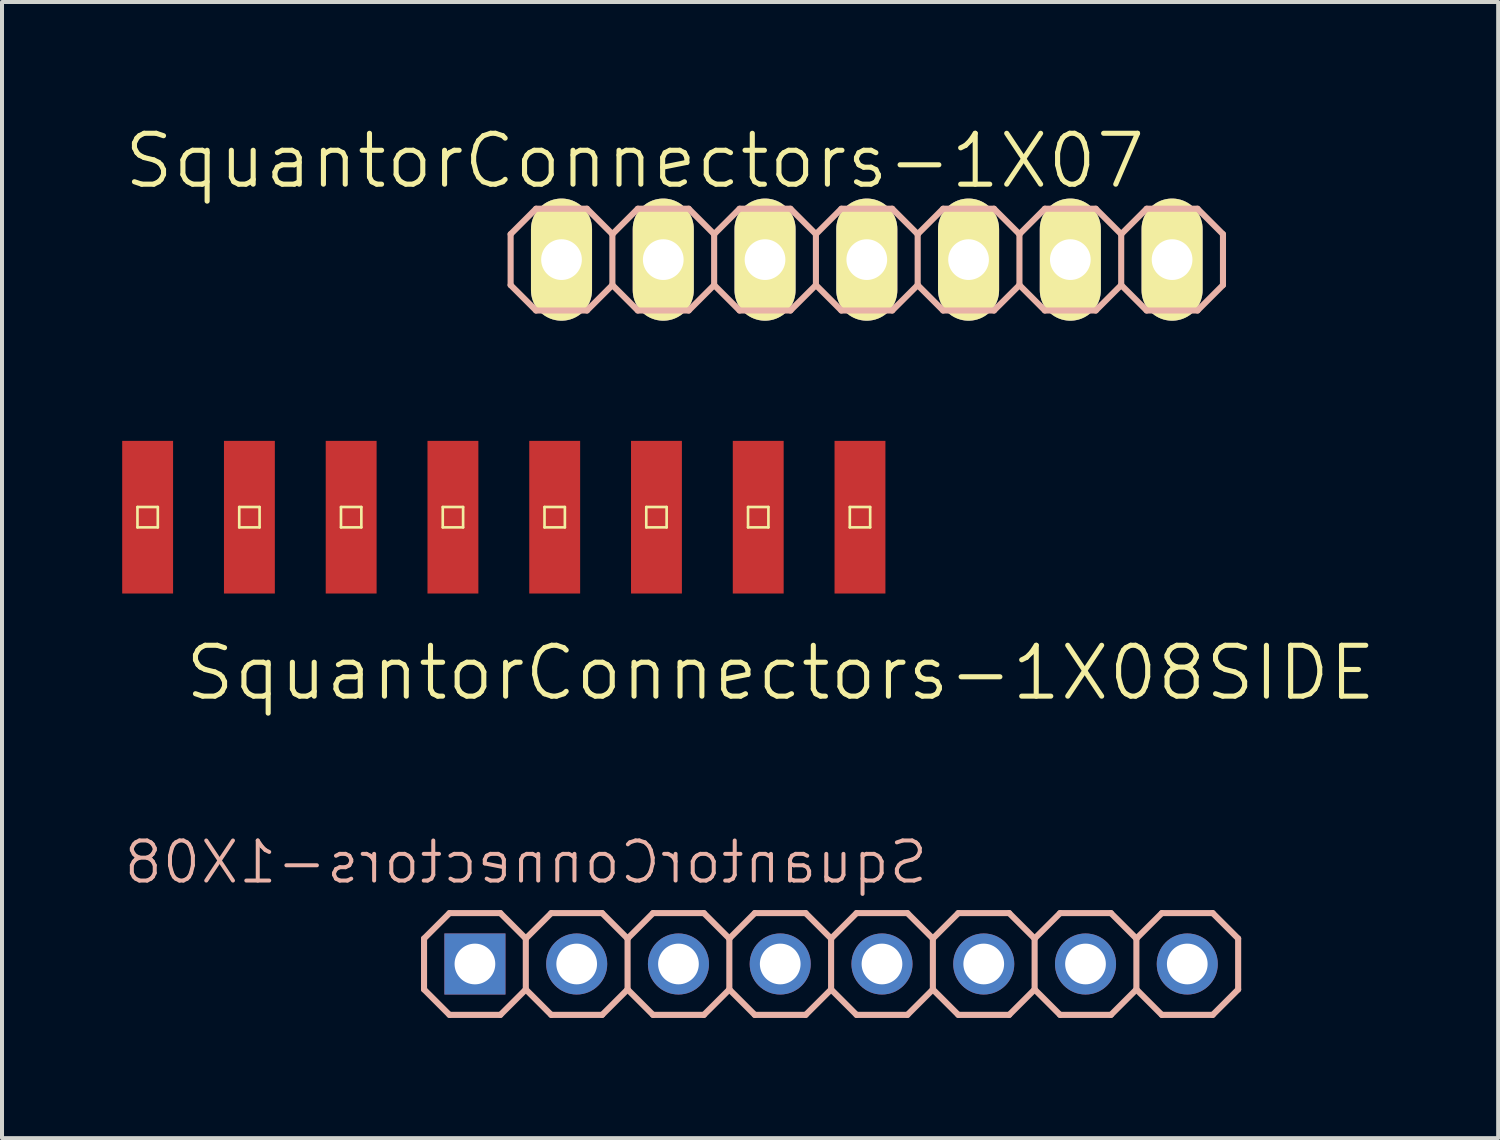
<source format=kicad_pcb>
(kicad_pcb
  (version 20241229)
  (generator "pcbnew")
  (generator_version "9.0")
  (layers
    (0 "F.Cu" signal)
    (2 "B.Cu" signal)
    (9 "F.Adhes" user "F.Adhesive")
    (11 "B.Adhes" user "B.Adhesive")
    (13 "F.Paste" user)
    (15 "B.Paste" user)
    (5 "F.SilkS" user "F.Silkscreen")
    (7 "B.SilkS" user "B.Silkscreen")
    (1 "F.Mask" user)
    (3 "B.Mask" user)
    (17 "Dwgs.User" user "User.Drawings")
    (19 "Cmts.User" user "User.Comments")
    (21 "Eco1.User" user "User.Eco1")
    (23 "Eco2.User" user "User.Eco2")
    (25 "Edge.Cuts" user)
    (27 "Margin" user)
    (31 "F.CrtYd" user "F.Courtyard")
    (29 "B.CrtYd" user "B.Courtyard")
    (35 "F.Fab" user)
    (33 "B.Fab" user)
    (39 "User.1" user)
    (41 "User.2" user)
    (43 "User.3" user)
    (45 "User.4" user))
  (footprint "SquantorConnectors-1X08"
    (layer "F.Cu")
    (at 17.694 21.011)
    (property "Reference" "SquantorConnectors-1X08" (at -7.62 -2.54 0) (layer "B.SilkS") (effects (font (size 1 1) (thickness 0.1)) (justify mirror)))
    (attr exclude_from_pos_files exclude_from_bom)
    (fp_line (start -10.16 -0.635) (end -10.16 0.635) (stroke (width 0.152) (type solid)) (layer "B.SilkS"))
    (fp_line (start -10.16 0.635) (end -9.525 1.27) (stroke (width 0.152) (type solid)) (layer "B.SilkS"))
    (fp_line (start -9.525 -1.27) (end -10.16 -0.635) (stroke (width 0.152) (type solid)) (layer "B.SilkS"))
    (fp_line (start -9.525 -1.27) (end -8.255 -1.27) (stroke (width 0.152) (type solid)) (layer "B.SilkS"))
    (fp_line (start -8.255 -1.27) (end -7.62 -0.635) (stroke (width 0.152) (type solid)) (layer "B.SilkS"))
    (fp_line (start -8.255 1.27) (end -9.525 1.27) (stroke (width 0.152) (type solid)) (layer "B.SilkS"))
    (fp_line (start -7.62 -0.635) (end -7.62 0.635) (stroke (width 0.152) (type solid)) (layer "B.SilkS"))
    (fp_line (start -7.62 -0.635) (end -6.985 -1.27) (stroke (width 0.152) (type solid)) (layer "B.SilkS"))
    (fp_line (start -7.62 0.635) (end -8.255 1.27) (stroke (width 0.152) (type solid)) (layer "B.SilkS"))
    (fp_line (start -6.985 -1.27) (end -5.715 -1.27) (stroke (width 0.152) (type solid)) (layer "B.SilkS"))
    (fp_line (start -6.985 1.27) (end -7.62 0.635) (stroke (width 0.152) (type solid)) (layer "B.SilkS"))
    (fp_line (start -5.715 -1.27) (end -5.08 -0.635) (stroke (width 0.152) (type solid)) (layer "B.SilkS"))
    (fp_line (start -5.715 1.27) (end -6.985 1.27) (stroke (width 0.152) (type solid)) (layer "B.SilkS"))
    (fp_line (start -5.08 -0.635) (end -5.08 0.635) (stroke (width 0.152) (type solid)) (layer "B.SilkS"))
    (fp_line (start -5.08 -0.635) (end -4.445 -1.27) (stroke (width 0.152) (type solid)) (layer "B.SilkS"))
    (fp_line (start -5.08 0.635) (end -5.715 1.27) (stroke (width 0.152) (type solid)) (layer "B.SilkS"))
    (fp_line (start -4.445 -1.27) (end -3.175 -1.27) (stroke (width 0.152) (type solid)) (layer "B.SilkS"))
    (fp_line (start -4.445 1.27) (end -5.08 0.635) (stroke (width 0.152) (type solid)) (layer "B.SilkS"))
    (fp_line (start -3.175 -1.27) (end -2.54 -0.635) (stroke (width 0.152) (type solid)) (layer "B.SilkS"))
    (fp_line (start -3.175 1.27) (end -4.445 1.27) (stroke (width 0.152) (type solid)) (layer "B.SilkS"))
    (fp_line (start -2.54 -0.635) (end -2.54 0.635) (stroke (width 0.152) (type solid)) (layer "B.SilkS"))
    (fp_line (start -2.54 0.635) (end -3.175 1.27) (stroke (width 0.152) (type solid)) (layer "B.SilkS"))
    (fp_line (start -2.54 0.635) (end -1.905 1.27) (stroke (width 0.152) (type solid)) (layer "B.SilkS"))
    (fp_line (start -1.905 -1.27) (end -2.54 -0.635) (stroke (width 0.152) (type solid)) (layer "B.SilkS"))
    (fp_line (start -1.905 -1.27) (end -0.635 -1.27) (stroke (width 0.152) (type solid)) (layer "B.SilkS"))
    (fp_line (start -0.635 -1.27) (end 0 -0.635) (stroke (width 0.152) (type solid)) (layer "B.SilkS"))
    (fp_line (start -0.635 1.27) (end -1.905 1.27) (stroke (width 0.152) (type solid)) (layer "B.SilkS"))
    (fp_line (start 0 -0.635) (end 0 0.635) (stroke (width 0.152) (type solid)) (layer "B.SilkS"))
    (fp_line (start 0 -0.635) (end 0.635 -1.27) (stroke (width 0.152) (type solid)) (layer "B.SilkS"))
    (fp_line (start 0 0.635) (end -0.635 1.27) (stroke (width 0.152) (type solid)) (layer "B.SilkS"))
    (fp_line (start 0.635 -1.27) (end 1.905 -1.27) (stroke (width 0.152) (type solid)) (layer "B.SilkS"))
    (fp_line (start 0.635 1.27) (end 0 0.635) (stroke (width 0.152) (type solid)) (layer "B.SilkS"))
    (fp_line (start 1.905 -1.27) (end 2.54 -0.635) (stroke (width 0.152) (type solid)) (layer "B.SilkS"))
    (fp_line (start 1.905 1.27) (end 0.635 1.27) (stroke (width 0.152) (type solid)) (layer "B.SilkS"))
    (fp_line (start 2.54 -0.635) (end 2.54 0.635) (stroke (width 0.152) (type solid)) (layer "B.SilkS"))
    (fp_line (start 2.54 -0.635) (end 3.175 -1.27) (stroke (width 0.152) (type solid)) (layer "B.SilkS"))
    (fp_line (start 2.54 0.635) (end 1.905 1.27) (stroke (width 0.152) (type solid)) (layer "B.SilkS"))
    (fp_line (start 3.175 -1.27) (end 4.445 -1.27) (stroke (width 0.152) (type solid)) (layer "B.SilkS"))
    (fp_line (start 3.175 1.27) (end 2.54 0.635) (stroke (width 0.152) (type solid)) (layer "B.SilkS"))
    (fp_line (start 4.445 -1.27) (end 5.08 -0.635) (stroke (width 0.152) (type solid)) (layer "B.SilkS"))
    (fp_line (start 4.445 1.27) (end 3.175 1.27) (stroke (width 0.152) (type solid)) (layer "B.SilkS"))
    (fp_line (start 5.08 -0.635) (end 5.08 0.635) (stroke (width 0.152) (type solid)) (layer "B.SilkS"))
    (fp_line (start 5.08 0.635) (end 4.445 1.27) (stroke (width 0.152) (type solid)) (layer "B.SilkS"))
    (fp_line (start 5.08 0.635) (end 5.715 1.27) (stroke (width 0.152) (type solid)) (layer "B.SilkS"))
    (fp_line (start 5.715 -1.27) (end 5.08 -0.635) (stroke (width 0.152) (type solid)) (layer "B.SilkS"))
    (fp_line (start 5.715 -1.27) (end 6.985 -1.27) (stroke (width 0.152) (type solid)) (layer "B.SilkS"))
    (fp_line (start 6.985 -1.27) (end 7.62 -0.635) (stroke (width 0.152) (type solid)) (layer "B.SilkS"))
    (fp_line (start 6.985 1.27) (end 5.715 1.27) (stroke (width 0.152) (type solid)) (layer "B.SilkS"))
    (fp_line (start 7.62 -0.635) (end 7.62 0.635) (stroke (width 0.152) (type solid)) (layer "B.SilkS"))
    (fp_line (start 7.62 0.635) (end 6.985 1.27) (stroke (width 0.152) (type solid)) (layer "B.SilkS"))
    (fp_line (start 7.62 0.635) (end 8.255 1.27) (stroke (width 0.152) (type solid)) (layer "B.SilkS"))
    (fp_line (start 8.255 -1.27) (end 7.62 -0.635) (stroke (width 0.152) (type solid)) (layer "B.SilkS"))
    (fp_line (start 8.255 -1.27) (end 9.525 -1.27) (stroke (width 0.152) (type solid)) (layer "B.SilkS"))
    (fp_line (start 9.525 -1.27) (end 10.16 -0.635) (stroke (width 0.152) (type solid)) (layer "B.SilkS"))
    (fp_line (start 9.525 1.27) (end 8.255 1.27) (stroke (width 0.152) (type solid)) (layer "B.SilkS"))
    (fp_line (start 10.16 -0.635) (end 10.16 0.635) (stroke (width 0.152) (type solid)) (layer "B.SilkS"))
    (fp_line (start 10.16 0.635) (end 9.525 1.27) (stroke (width 0.152) (type solid)) (layer "B.SilkS"))
    (pad "1" thru_hole rect (at -8.89 0 180) (size 1.524 1.524) (drill 1.016) (layers "*.Cu" "*.Mask"))
    (pad "2" thru_hole circle (at -6.35 0 180) (size 1.524 1.524) (drill 1.016) (layers "*.Cu" "*.Mask"))
    (pad "3" thru_hole circle (at -3.81 0 180) (size 1.524 1.524) (drill 1.016) (layers "*.Cu" "*.Mask"))
    (pad "4" thru_hole circle (at -1.27 0 180) (size 1.524 1.524) (drill 1.016) (layers "*.Cu" "*.Mask"))
    (pad "5" thru_hole circle (at 1.27 0 180) (size 1.524 1.524) (drill 1.016) (layers "*.Cu" "*.Mask"))
    (pad "6" thru_hole circle (at 3.81 0 180) (size 1.524 1.524) (drill 1.016) (layers "*.Cu" "*.Mask"))
    (pad "7" thru_hole circle (at 6.35 0 180) (size 1.524 1.524) (drill 1.016) (layers "*.Cu" "*.Mask"))
    (pad "8" thru_hole circle (at 8.89 0 180) (size 1.524 1.524) (drill 1.016) (layers "*.Cu" "*.Mask")))
  (footprint "SquantorConnectors-1X07"
    (layer "F.Cu")
    (at 18.585 3.43)
    (property "Reference" "SquantorConnectors-1X07" (at -5.791 -2.464 0) (layer "F.SilkS") (effects (font (size 1.27 1.27) (thickness 0.127))))
    (attr exclude_from_pos_files exclude_from_bom)
    (fp_line (start -7.874 -0.254) (end -7.366 -0.254) (stroke (width 0.066) (type solid)) (layer "F.SilkS"))
    (fp_line (start -7.874 0.254) (end -7.874 -0.254) (stroke (width 0.066) (type solid)) (layer "F.SilkS"))
    (fp_line (start -7.874 0.254) (end -7.366 0.254) (stroke (width 0.066) (type solid)) (layer "F.SilkS"))
    (fp_line (start -7.366 0.254) (end -7.366 -0.254) (stroke (width 0.066) (type solid)) (layer "F.SilkS"))
    (fp_line (start -5.334 -0.254) (end -4.826 -0.254) (stroke (width 0.066) (type solid)) (layer "F.SilkS"))
    (fp_line (start -5.334 0.254) (end -5.334 -0.254) (stroke (width 0.066) (type solid)) (layer "F.SilkS"))
    (fp_line (start -5.334 0.254) (end -4.826 0.254) (stroke (width 0.066) (type solid)) (layer "F.SilkS"))
    (fp_line (start -4.826 0.254) (end -4.826 -0.254) (stroke (width 0.066) (type solid)) (layer "F.SilkS"))
    (fp_line (start -2.794 -0.254) (end -2.286 -0.254) (stroke (width 0.066) (type solid)) (layer "F.SilkS"))
    (fp_line (start -2.794 0.254) (end -2.794 -0.254) (stroke (width 0.066) (type solid)) (layer "F.SilkS"))
    (fp_line (start -2.794 0.254) (end -2.286 0.254) (stroke (width 0.066) (type solid)) (layer "F.SilkS"))
    (fp_line (start -2.286 0.254) (end -2.286 -0.254) (stroke (width 0.066) (type solid)) (layer "F.SilkS"))
    (fp_line (start -0.254 -0.254) (end 0.254 -0.254) (stroke (width 0.066) (type solid)) (layer "F.SilkS"))
    (fp_line (start -0.254 0.254) (end -0.254 -0.254) (stroke (width 0.066) (type solid)) (layer "F.SilkS"))
    (fp_line (start -0.254 0.254) (end 0.254 0.254) (stroke (width 0.066) (type solid)) (layer "F.SilkS"))
    (fp_line (start 0.254 0.254) (end 0.254 -0.254) (stroke (width 0.066) (type solid)) (layer "F.SilkS"))
    (fp_line (start 2.286 -0.254) (end 2.794 -0.254) (stroke (width 0.066) (type solid)) (layer "F.SilkS"))
    (fp_line (start 2.286 0.254) (end 2.286 -0.254) (stroke (width 0.066) (type solid)) (layer "F.SilkS"))
    (fp_line (start 2.286 0.254) (end 2.794 0.254) (stroke (width 0.066) (type solid)) (layer "F.SilkS"))
    (fp_line (start 2.794 0.254) (end 2.794 -0.254) (stroke (width 0.066) (type solid)) (layer "F.SilkS"))
    (fp_line (start 4.826 -0.254) (end 5.334 -0.254) (stroke (width 0.066) (type solid)) (layer "F.SilkS"))
    (fp_line (start 4.826 0.254) (end 4.826 -0.254) (stroke (width 0.066) (type solid)) (layer "F.SilkS"))
    (fp_line (start 4.826 0.254) (end 5.334 0.254) (stroke (width 0.066) (type solid)) (layer "F.SilkS"))
    (fp_line (start 5.334 0.254) (end 5.334 -0.254) (stroke (width 0.066) (type solid)) (layer "F.SilkS"))
    (fp_line (start 7.366 -0.254) (end 7.874 -0.254) (stroke (width 0.066) (type solid)) (layer "F.SilkS"))
    (fp_line (start 7.366 0.254) (end 7.366 -0.254) (stroke (width 0.066) (type solid)) (layer "F.SilkS"))
    (fp_line (start 7.366 0.254) (end 7.874 0.254) (stroke (width 0.066) (type solid)) (layer "F.SilkS"))
    (fp_line (start 7.874 0.254) (end 7.874 -0.254) (stroke (width 0.066) (type solid)) (layer "F.SilkS"))
    (fp_line (start -8.89 -0.635) (end -8.89 0.635) (stroke (width 0.152) (type solid)) (layer "B.SilkS"))
    (fp_line (start -8.89 0.635) (end -8.255 1.27) (stroke (width 0.152) (type solid)) (layer "B.SilkS"))
    (fp_line (start -8.255 -1.27) (end -8.89 -0.635) (stroke (width 0.152) (type solid)) (layer "B.SilkS"))
    (fp_line (start -8.255 -1.27) (end -6.985 -1.27) (stroke (width 0.152) (type solid)) (layer "B.SilkS"))
    (fp_line (start -6.985 -1.27) (end -6.35 -0.635) (stroke (width 0.152) (type solid)) (layer "B.SilkS"))
    (fp_line (start -6.985 1.27) (end -8.255 1.27) (stroke (width 0.152) (type solid)) (layer "B.SilkS"))
    (fp_line (start -6.35 -0.635) (end -6.35 0.635) (stroke (width 0.152) (type solid)) (layer "B.SilkS"))
    (fp_line (start -6.35 -0.635) (end -5.715 -1.27) (stroke (width 0.152) (type solid)) (layer "B.SilkS"))
    (fp_line (start -6.35 0.635) (end -6.985 1.27) (stroke (width 0.152) (type solid)) (layer "B.SilkS"))
    (fp_line (start -5.715 -1.27) (end -4.445 -1.27) (stroke (width 0.152) (type solid)) (layer "B.SilkS"))
    (fp_line (start -5.715 1.27) (end -6.35 0.635) (stroke (width 0.152) (type solid)) (layer "B.SilkS"))
    (fp_line (start -4.445 -1.27) (end -3.81 -0.635) (stroke (width 0.152) (type solid)) (layer "B.SilkS"))
    (fp_line (start -4.445 1.27) (end -5.715 1.27) (stroke (width 0.152) (type solid)) (layer "B.SilkS"))
    (fp_line (start -3.81 -0.635) (end -3.81 0.635) (stroke (width 0.152) (type solid)) (layer "B.SilkS"))
    (fp_line (start -3.81 -0.635) (end -3.175 -1.27) (stroke (width 0.152) (type solid)) (layer "B.SilkS"))
    (fp_line (start -3.81 0.635) (end -4.445 1.27) (stroke (width 0.152) (type solid)) (layer "B.SilkS"))
    (fp_line (start -3.175 -1.27) (end -1.905 -1.27) (stroke (width 0.152) (type solid)) (layer "B.SilkS"))
    (fp_line (start -3.175 1.27) (end -3.81 0.635) (stroke (width 0.152) (type solid)) (layer "B.SilkS"))
    (fp_line (start -1.905 -1.27) (end -1.27 -0.635) (stroke (width 0.152) (type solid)) (layer "B.SilkS"))
    (fp_line (start -1.905 1.27) (end -3.175 1.27) (stroke (width 0.152) (type solid)) (layer "B.SilkS"))
    (fp_line (start -1.27 -0.635) (end -1.27 0.635) (stroke (width 0.152) (type solid)) (layer "B.SilkS"))
    (fp_line (start -1.27 0.635) (end -1.905 1.27) (stroke (width 0.152) (type solid)) (layer "B.SilkS"))
    (fp_line (start -1.27 0.635) (end -0.635 1.27) (stroke (width 0.152) (type solid)) (layer "B.SilkS"))
    (fp_line (start -0.635 -1.27) (end -1.27 -0.635) (stroke (width 0.152) (type solid)) (layer "B.SilkS"))
    (fp_line (start -0.635 -1.27) (end 0.635 -1.27) (stroke (width 0.152) (type solid)) (layer "B.SilkS"))
    (fp_line (start 0.635 -1.27) (end 1.27 -0.635) (stroke (width 0.152) (type solid)) (layer "B.SilkS"))
    (fp_line (start 0.635 1.27) (end -0.635 1.27) (stroke (width 0.152) (type solid)) (layer "B.SilkS"))
    (fp_line (start 1.27 -0.635) (end 1.27 0.635) (stroke (width 0.152) (type solid)) (layer "B.SilkS"))
    (fp_line (start 1.27 -0.635) (end 1.905 -1.27) (stroke (width 0.152) (type solid)) (layer "B.SilkS"))
    (fp_line (start 1.27 0.635) (end 0.635 1.27) (stroke (width 0.152) (type solid)) (layer "B.SilkS"))
    (fp_line (start 1.905 -1.27) (end 3.175 -1.27) (stroke (width 0.152) (type solid)) (layer "B.SilkS"))
    (fp_line (start 1.905 1.27) (end 1.27 0.635) (stroke (width 0.152) (type solid)) (layer "B.SilkS"))
    (fp_line (start 3.175 -1.27) (end 3.81 -0.635) (stroke (width 0.152) (type solid)) (layer "B.SilkS"))
    (fp_line (start 3.175 1.27) (end 1.905 1.27) (stroke (width 0.152) (type solid)) (layer "B.SilkS"))
    (fp_line (start 3.81 -0.635) (end 3.81 0.635) (stroke (width 0.152) (type solid)) (layer "B.SilkS"))
    (fp_line (start 3.81 -0.635) (end 4.445 -1.27) (stroke (width 0.152) (type solid)) (layer "B.SilkS"))
    (fp_line (start 3.81 0.635) (end 3.175 1.27) (stroke (width 0.152) (type solid)) (layer "B.SilkS"))
    (fp_line (start 4.445 -1.27) (end 5.715 -1.27) (stroke (width 0.152) (type solid)) (layer "B.SilkS"))
    (fp_line (start 4.445 1.27) (end 3.81 0.635) (stroke (width 0.152) (type solid)) (layer "B.SilkS"))
    (fp_line (start 5.715 -1.27) (end 6.35 -0.635) (stroke (width 0.152) (type solid)) (layer "B.SilkS"))
    (fp_line (start 5.715 1.27) (end 4.445 1.27) (stroke (width 0.152) (type solid)) (layer "B.SilkS"))
    (fp_line (start 6.35 -0.635) (end 6.35 0.635) (stroke (width 0.152) (type solid)) (layer "B.SilkS"))
    (fp_line (start 6.35 0.635) (end 5.715 1.27) (stroke (width 0.152) (type solid)) (layer "B.SilkS"))
    (fp_line (start 6.35 0.635) (end 6.985 1.27) (stroke (width 0.152) (type solid)) (layer "B.SilkS"))
    (fp_line (start 6.985 -1.27) (end 6.35 -0.635) (stroke (width 0.152) (type solid)) (layer "B.SilkS"))
    (fp_line (start 6.985 -1.27) (end 8.255 -1.27) (stroke (width 0.152) (type solid)) (layer "B.SilkS"))
    (fp_line (start 8.255 -1.27) (end 8.89 -0.635) (stroke (width 0.152) (type solid)) (layer "B.SilkS"))
    (fp_line (start 8.255 1.27) (end 6.985 1.27) (stroke (width 0.152) (type solid)) (layer "B.SilkS"))
    (fp_line (start 8.89 -0.635) (end 8.89 0.635) (stroke (width 0.152) (type solid)) (layer "B.SilkS"))
    (fp_line (start 8.89 0.635) (end 8.255 1.27) (stroke (width 0.152) (type solid)) (layer "B.SilkS"))
    (pad "1" thru_hole oval (at -7.62 0 180) (size 1.524 3.048) (drill 1.016) (layers "*.Cu" "F.Mask" "F.SilkS" "F.Paste"))
    (pad "2" thru_hole oval (at -5.08 0 180) (size 1.524 3.048) (drill 1.016) (layers "*.Cu" "F.Mask" "F.SilkS" "F.Paste"))
    (pad "3" thru_hole oval (at -2.54 0 180) (size 1.524 3.048) (drill 1.016) (layers "*.Cu" "F.Mask" "F.SilkS" "F.Paste"))
    (pad "4" thru_hole oval (at 0 0 180) (size 1.524 3.048) (drill 1.016) (layers "*.Cu" "F.Mask" "F.SilkS" "F.Paste"))
    (pad "5" thru_hole oval (at 2.54 0 180) (size 1.524 3.048) (drill 1.016) (layers "*.Cu" "F.Mask" "F.SilkS" "F.Paste"))
    (pad "6" thru_hole oval (at 5.08 0 180) (size 1.524 3.048) (drill 1.016) (layers "*.Cu" "F.Mask" "F.SilkS" "F.Paste"))
    (pad "7" thru_hole oval (at 7.62 0 180) (size 1.524 3.048) (drill 1.016) (layers "*.Cu" "F.Mask" "F.SilkS" "F.Paste")))
  (footprint "SquantorConnectors-1X08SIDE"
    (layer "F.Cu")
    (at 9.525 9.859)
    (property "Reference" "SquantorConnectors-1X08SIDE" (at 6.909 3.886 0) (layer "F.SilkS") (effects (font (size 1.27 1.27) (thickness 0.127))))
    (attr smd)
    (fp_line (start -9.144 -0.254) (end -8.636 -0.254) (stroke (width 0.066) (type solid)) (layer "F.SilkS"))
    (fp_line (start -9.144 0.254) (end -9.144 -0.254) (stroke (width 0.066) (type solid)) (layer "F.SilkS"))
    (fp_line (start -9.144 0.254) (end -8.636 0.254) (stroke (width 0.066) (type solid)) (layer "F.SilkS"))
    (fp_line (start -8.636 0.254) (end -8.636 -0.254) (stroke (width 0.066) (type solid)) (layer "F.SilkS"))
    (fp_line (start -6.604 -0.254) (end -6.096 -0.254) (stroke (width 0.066) (type solid)) (layer "F.SilkS"))
    (fp_line (start -6.604 0.254) (end -6.604 -0.254) (stroke (width 0.066) (type solid)) (layer "F.SilkS"))
    (fp_line (start -6.604 0.254) (end -6.096 0.254) (stroke (width 0.066) (type solid)) (layer "F.SilkS"))
    (fp_line (start -6.096 0.254) (end -6.096 -0.254) (stroke (width 0.066) (type solid)) (layer "F.SilkS"))
    (fp_line (start -4.064 -0.254) (end -3.556 -0.254) (stroke (width 0.066) (type solid)) (layer "F.SilkS"))
    (fp_line (start -4.064 0.254) (end -4.064 -0.254) (stroke (width 0.066) (type solid)) (layer "F.SilkS"))
    (fp_line (start -4.064 0.254) (end -3.556 0.254) (stroke (width 0.066) (type solid)) (layer "F.SilkS"))
    (fp_line (start -3.556 0.254) (end -3.556 -0.254) (stroke (width 0.066) (type solid)) (layer "F.SilkS"))
    (fp_line (start -1.524 -0.254) (end -1.016 -0.254) (stroke (width 0.066) (type solid)) (layer "F.SilkS"))
    (fp_line (start -1.524 0.254) (end -1.524 -0.254) (stroke (width 0.066) (type solid)) (layer "F.SilkS"))
    (fp_line (start -1.524 0.254) (end -1.016 0.254) (stroke (width 0.066) (type solid)) (layer "F.SilkS"))
    (fp_line (start -1.016 0.254) (end -1.016 -0.254) (stroke (width 0.066) (type solid)) (layer "F.SilkS"))
    (fp_line (start 1.016 -0.254) (end 1.524 -0.254) (stroke (width 0.066) (type solid)) (layer "F.SilkS"))
    (fp_line (start 1.016 0.254) (end 1.016 -0.254) (stroke (width 0.066) (type solid)) (layer "F.SilkS"))
    (fp_line (start 1.016 0.254) (end 1.524 0.254) (stroke (width 0.066) (type solid)) (layer "F.SilkS"))
    (fp_line (start 1.524 0.254) (end 1.524 -0.254) (stroke (width 0.066) (type solid)) (layer "F.SilkS"))
    (fp_line (start 3.556 -0.254) (end 4.064 -0.254) (stroke (width 0.066) (type solid)) (layer "F.SilkS"))
    (fp_line (start 3.556 0.254) (end 3.556 -0.254) (stroke (width 0.066) (type solid)) (layer "F.SilkS"))
    (fp_line (start 3.556 0.254) (end 4.064 0.254) (stroke (width 0.066) (type solid)) (layer "F.SilkS"))
    (fp_line (start 4.064 0.254) (end 4.064 -0.254) (stroke (width 0.066) (type solid)) (layer "F.SilkS"))
    (fp_line (start 6.096 -0.254) (end 6.604 -0.254) (stroke (width 0.066) (type solid)) (layer "F.SilkS"))
    (fp_line (start 6.096 0.254) (end 6.096 -0.254) (stroke (width 0.066) (type solid)) (layer "F.SilkS"))
    (fp_line (start 6.096 0.254) (end 6.604 0.254) (stroke (width 0.066) (type solid)) (layer "F.SilkS"))
    (fp_line (start 6.604 0.254) (end 6.604 -0.254) (stroke (width 0.066) (type solid)) (layer "F.SilkS"))
    (fp_line (start 8.636 -0.254) (end 9.144 -0.254) (stroke (width 0.066) (type solid)) (layer "F.SilkS"))
    (fp_line (start 8.636 0.254) (end 8.636 -0.254) (stroke (width 0.066) (type solid)) (layer "F.SilkS"))
    (fp_line (start 8.636 0.254) (end 9.144 0.254) (stroke (width 0.066) (type solid)) (layer "F.SilkS"))
    (fp_line (start 9.144 0.254) (end 9.144 -0.254) (stroke (width 0.066) (type solid)) (layer "F.SilkS"))
    (pad "1" smd rect (at -8.89 0 90) (size 3.81 1.27) (layers "F.Cu" "F.Mask" "F.Paste"))
    (pad "2" smd rect (at -6.35 0 90) (size 3.81 1.27) (layers "F.Cu" "F.Mask" "F.Paste"))
    (pad "3" smd rect (at -3.81 0 90) (size 3.81 1.27) (layers "F.Cu" "F.Mask" "F.Paste"))
    (pad "4" smd rect (at -1.27 0 90) (size 3.81 1.27) (layers "F.Cu" "F.Mask" "F.Paste"))
    (pad "5" smd rect (at 1.27 0 90) (size 3.81 1.27) (layers "F.Cu" "F.Mask" "F.Paste"))
    (pad "6" smd rect (at 3.81 0 90) (size 3.81 1.27) (layers "F.Cu" "F.Mask" "F.Paste"))
    (pad "7" smd rect (at 6.35 0 90) (size 3.81 1.27) (layers "F.Cu" "F.Mask" "F.Paste"))
    (pad "8" smd rect (at 8.89 0 90) (size 3.81 1.27) (layers "F.Cu" "F.Mask" "F.Paste")))
  (gr_rect
    (start -3 -3)
    (end 34.344 25.357)
    (stroke (width 0.1) (type default))
    (fill no)
    (layer "Edge.Cuts")))
</source>
